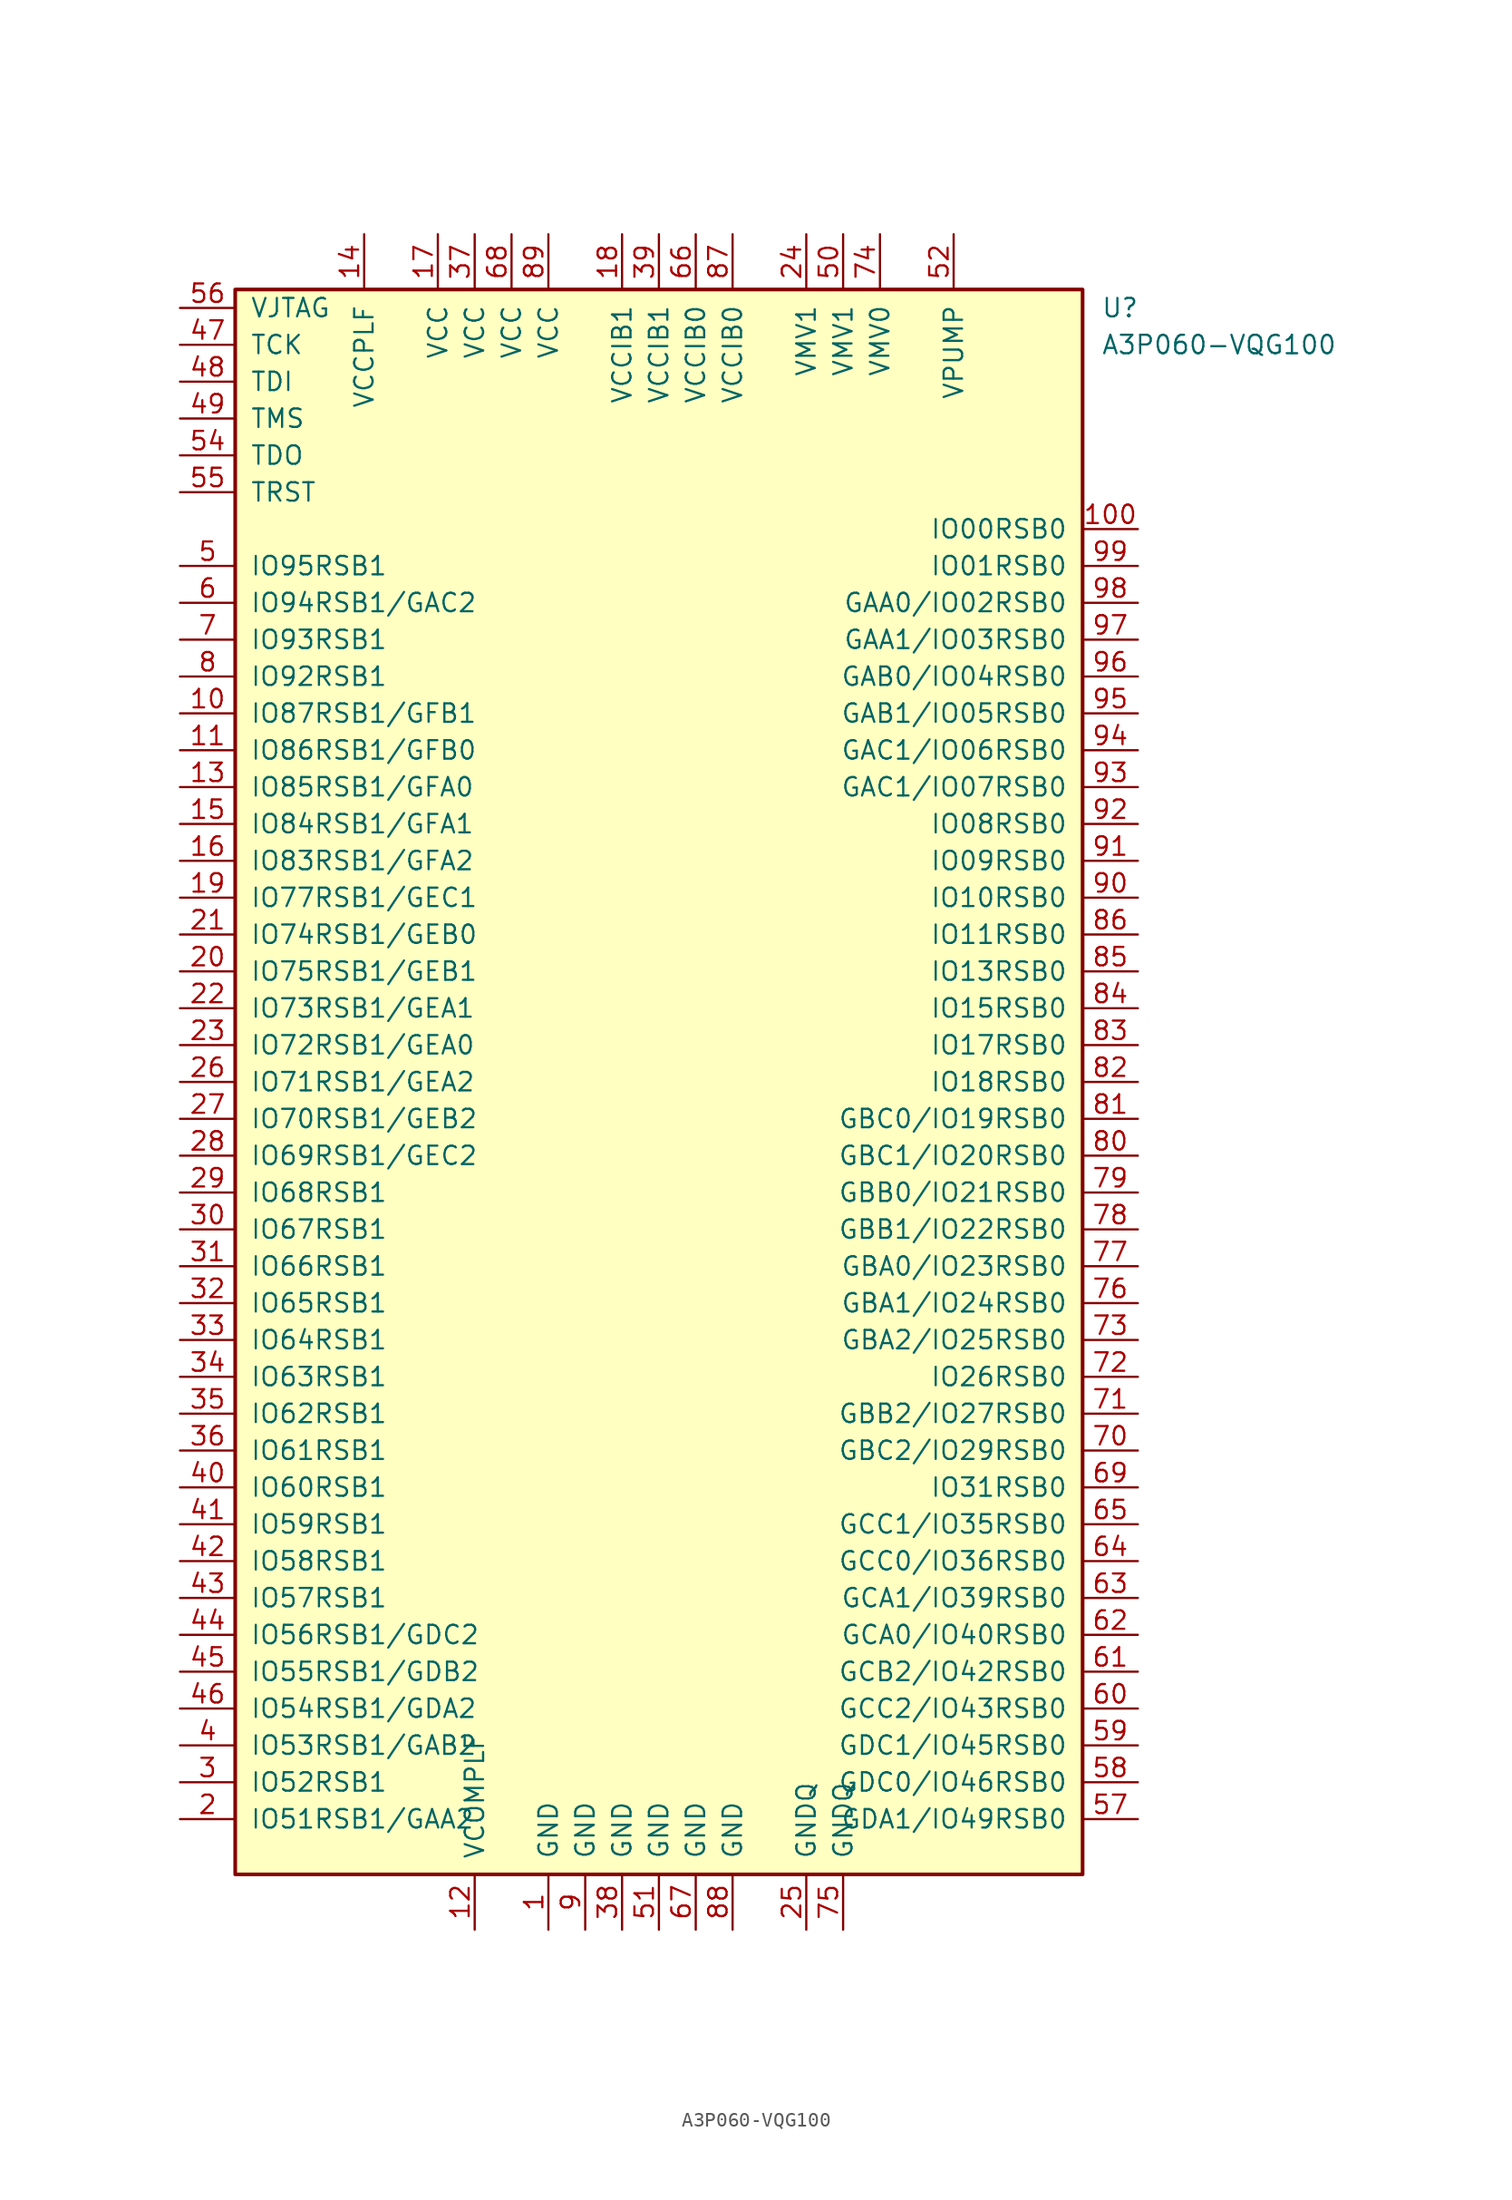
<source format=kicad_sym>
(kicad_symbol_lib
  (version 20201005)
  (generator kicad_symbol_editor)
  (symbol "FPGA_Microsemi:A3P060-VQG100"
    (pin_names
      (offset 1.016))
    (property "Reference" "U"
      (at 30.48 53.34 0)
      (effects (font (size 1.27 1.27)) (justify left)))
    (property "Value" "A3P060-VQG100"
      (at 30.48 50.8 0)
      (effects (font (size 1.27 1.27)) (justify left)))
    (symbol "A3P060-VQG100_0_1"
      (rectangle (start -29.21 54.61) (end 29.21 -54.61) (stroke (width 0.254)) (fill (type background))))
    (symbol "A3P060-VQG100_1_1"
      (pin power_in line (at -7.62 -58.42 90) (length 3.81) (name "GND" (effects (font (size 1.27 1.27)))) (number "1" (effects (font (size 1.27 1.27)))))
      (pin bidirectional line (at -33.02 25.4 0) (length 3.81) (name "IO87RSB1/GFB1" (effects (font (size 1.27 1.27)))) (number "10" (effects (font (size 1.27 1.27)))))
      (pin bidirectional line (at 33.02 38.1 180) (length 3.81) (name "IO00RSB0" (effects (font (size 1.27 1.27)))) (number "100" (effects (font (size 1.27 1.27)))))
      (pin bidirectional line (at -33.02 22.86 0) (length 3.81) (name "IO86RSB1/GFB0" (effects (font (size 1.27 1.27)))) (number "11" (effects (font (size 1.27 1.27)))))
      (pin power_in line (at -12.7 -58.42 90) (length 3.81) (name "VCOMPLF" (effects (font (size 1.27 1.27)))) (number "12" (effects (font (size 1.27 1.27)))))
      (pin bidirectional line (at -33.02 20.32 0) (length 3.81) (name "IO85RSB1/GFA0" (effects (font (size 1.27 1.27)))) (number "13" (effects (font (size 1.27 1.27)))))
      (pin power_in line (at -20.32 58.42 270) (length 3.81) (name "VCCPLF" (effects (font (size 1.27 1.27)))) (number "14" (effects (font (size 1.27 1.27)))))
      (pin bidirectional line (at -33.02 17.78 0) (length 3.81) (name "IO84RSB1/GFA1" (effects (font (size 1.27 1.27)))) (number "15" (effects (font (size 1.27 1.27)))))
      (pin bidirectional line (at -33.02 15.24 0) (length 3.81) (name "IO83RSB1/GFA2" (effects (font (size 1.27 1.27)))) (number "16" (effects (font (size 1.27 1.27)))))
      (pin power_in line (at -15.24 58.42 270) (length 3.81) (name "VCC" (effects (font (size 1.27 1.27)))) (number "17" (effects (font (size 1.27 1.27)))))
      (pin power_in line (at -2.54 58.42 270) (length 3.81) (name "VCCIB1" (effects (font (size 1.27 1.27)))) (number "18" (effects (font (size 1.27 1.27)))))
      (pin bidirectional line (at -33.02 12.7 0) (length 3.81) (name "IO77RSB1/GEC1" (effects (font (size 1.27 1.27)))) (number "19" (effects (font (size 1.27 1.27)))))
      (pin bidirectional line (at -33.02 -50.8 0) (length 3.81) (name "IO51RSB1/GAA2" (effects (font (size 1.27 1.27)))) (number "2" (effects (font (size 1.27 1.27)))))
      (pin bidirectional line (at -33.02 7.62 0) (length 3.81) (name "IO75RSB1/GEB1" (effects (font (size 1.27 1.27)))) (number "20" (effects (font (size 1.27 1.27)))))
      (pin bidirectional line (at -33.02 10.16 0) (length 3.81) (name "IO74RSB1/GEB0" (effects (font (size 1.27 1.27)))) (number "21" (effects (font (size 1.27 1.27)))))
      (pin bidirectional line (at -33.02 5.08 0) (length 3.81) (name "IO73RSB1/GEA1" (effects (font (size 1.27 1.27)))) (number "22" (effects (font (size 1.27 1.27)))))
      (pin bidirectional line (at -33.02 2.54 0) (length 3.81) (name "IO72RSB1/GEA0" (effects (font (size 1.27 1.27)))) (number "23" (effects (font (size 1.27 1.27)))))
      (pin power_in line (at 10.16 58.42 270) (length 3.81) (name "VMV1" (effects (font (size 1.27 1.27)))) (number "24" (effects (font (size 1.27 1.27)))))
      (pin power_in line (at 10.16 -58.42 90) (length 3.81) (name "GNDQ" (effects (font (size 1.27 1.27)))) (number "25" (effects (font (size 1.27 1.27)))))
      (pin bidirectional line (at -33.02 0 0) (length 3.81) (name "IO71RSB1/GEA2" (effects (font (size 1.27 1.27)))) (number "26" (effects (font (size 1.27 1.27)))))
      (pin bidirectional line (at -33.02 -2.54 0) (length 3.81) (name "IO70RSB1/GEB2" (effects (font (size 1.27 1.27)))) (number "27" (effects (font (size 1.27 1.27)))))
      (pin bidirectional line (at -33.02 -5.08 0) (length 3.81) (name "IO69RSB1/GEC2" (effects (font (size 1.27 1.27)))) (number "28" (effects (font (size 1.27 1.27)))))
      (pin bidirectional line (at -33.02 -7.62 0) (length 3.81) (name "IO68RSB1" (effects (font (size 1.27 1.27)))) (number "29" (effects (font (size 1.27 1.27)))))
      (pin bidirectional line (at -33.02 -48.26 0) (length 3.81) (name "IO52RSB1" (effects (font (size 1.27 1.27)))) (number "3" (effects (font (size 1.27 1.27)))))
      (pin bidirectional line (at -33.02 -10.16 0) (length 3.81) (name "IO67RSB1" (effects (font (size 1.27 1.27)))) (number "30" (effects (font (size 1.27 1.27)))))
      (pin bidirectional line (at -33.02 -12.7 0) (length 3.81) (name "IO66RSB1" (effects (font (size 1.27 1.27)))) (number "31" (effects (font (size 1.27 1.27)))))
      (pin bidirectional line (at -33.02 -15.24 0) (length 3.81) (name "IO65RSB1" (effects (font (size 1.27 1.27)))) (number "32" (effects (font (size 1.27 1.27)))))
      (pin bidirectional line (at -33.02 -17.78 0) (length 3.81) (name "IO64RSB1" (effects (font (size 1.27 1.27)))) (number "33" (effects (font (size 1.27 1.27)))))
      (pin bidirectional line (at -33.02 -20.32 0) (length 3.81) (name "IO63RSB1" (effects (font (size 1.27 1.27)))) (number "34" (effects (font (size 1.27 1.27)))))
      (pin bidirectional line (at -33.02 -22.86 0) (length 3.81) (name "IO62RSB1" (effects (font (size 1.27 1.27)))) (number "35" (effects (font (size 1.27 1.27)))))
      (pin bidirectional line (at -33.02 -25.4 0) (length 3.81) (name "IO61RSB1" (effects (font (size 1.27 1.27)))) (number "36" (effects (font (size 1.27 1.27)))))
      (pin power_in line (at -12.7 58.42 270) (length 3.81) (name "VCC" (effects (font (size 1.27 1.27)))) (number "37" (effects (font (size 1.27 1.27)))))
      (pin power_in line (at -2.54 -58.42 90) (length 3.81) (name "GND" (effects (font (size 1.27 1.27)))) (number "38" (effects (font (size 1.27 1.27)))))
      (pin power_in line (at 0 58.42 270) (length 3.81) (name "VCCIB1" (effects (font (size 1.27 1.27)))) (number "39" (effects (font (size 1.27 1.27)))))
      (pin bidirectional line (at -33.02 -45.72 0) (length 3.81) (name "IO53RSB1/GAB2" (effects (font (size 1.27 1.27)))) (number "4" (effects (font (size 1.27 1.27)))))
      (pin bidirectional line (at -33.02 -27.94 0) (length 3.81) (name "IO60RSB1" (effects (font (size 1.27 1.27)))) (number "40" (effects (font (size 1.27 1.27)))))
      (pin bidirectional line (at -33.02 -30.48 0) (length 3.81) (name "IO59RSB1" (effects (font (size 1.27 1.27)))) (number "41" (effects (font (size 1.27 1.27)))))
      (pin bidirectional line (at -33.02 -33.02 0) (length 3.81) (name "IO58RSB1" (effects (font (size 1.27 1.27)))) (number "42" (effects (font (size 1.27 1.27)))))
      (pin bidirectional line (at -33.02 -35.56 0) (length 3.81) (name "IO57RSB1" (effects (font (size 1.27 1.27)))) (number "43" (effects (font (size 1.27 1.27)))))
      (pin bidirectional line (at -33.02 -38.1 0) (length 3.81) (name "IO56RSB1/GDC2" (effects (font (size 1.27 1.27)))) (number "44" (effects (font (size 1.27 1.27)))))
      (pin bidirectional line (at -33.02 -40.64 0) (length 3.81) (name "IO55RSB1/GDB2" (effects (font (size 1.27 1.27)))) (number "45" (effects (font (size 1.27 1.27)))))
      (pin bidirectional line (at -33.02 -43.18 0) (length 3.81) (name "IO54RSB1/GDA2" (effects (font (size 1.27 1.27)))) (number "46" (effects (font (size 1.27 1.27)))))
      (pin bidirectional line (at -33.02 50.8 0) (length 3.81) (name "TCK" (effects (font (size 1.27 1.27)))) (number "47" (effects (font (size 1.27 1.27)))))
      (pin bidirectional line (at -33.02 48.26 0) (length 3.81) (name "TDI" (effects (font (size 1.27 1.27)))) (number "48" (effects (font (size 1.27 1.27)))))
      (pin bidirectional line (at -33.02 45.72 0) (length 3.81) (name "TMS" (effects (font (size 1.27 1.27)))) (number "49" (effects (font (size 1.27 1.27)))))
      (pin bidirectional line (at -33.02 35.56 0) (length 3.81) (name "IO95RSB1" (effects (font (size 1.27 1.27)))) (number "5" (effects (font (size 1.27 1.27)))))
      (pin power_in line (at 12.7 58.42 270) (length 3.81) (name "VMV1" (effects (font (size 1.27 1.27)))) (number "50" (effects (font (size 1.27 1.27)))))
      (pin power_in line (at 0 -58.42 90) (length 3.81) (name "GND" (effects (font (size 1.27 1.27)))) (number "51" (effects (font (size 1.27 1.27)))))
      (pin power_in line (at 20.32 58.42 270) (length 3.81) (name "VPUMP" (effects (font (size 1.27 1.27)))) (number "52" (effects (font (size 1.27 1.27)))))
      (pin bidirectional line (at -33.02 43.18 0) (length 3.81) (name "TDO" (effects (font (size 1.27 1.27)))) (number "54" (effects (font (size 1.27 1.27)))))
      (pin bidirectional line (at -33.02 40.64 0) (length 3.81) (name "TRST" (effects (font (size 1.27 1.27)))) (number "55" (effects (font (size 1.27 1.27)))))
      (pin bidirectional line (at -33.02 53.34 0) (length 3.81) (name "VJTAG" (effects (font (size 1.27 1.27)))) (number "56" (effects (font (size 1.27 1.27)))))
      (pin bidirectional line (at 33.02 -50.8 180) (length 3.81) (name "GDA1/IO49RSB0" (effects (font (size 1.27 1.27)))) (number "57" (effects (font (size 1.27 1.27)))))
      (pin bidirectional line (at 33.02 -48.26 180) (length 3.81) (name "GDC0/IO46RSB0" (effects (font (size 1.27 1.27)))) (number "58" (effects (font (size 1.27 1.27)))))
      (pin bidirectional line (at 33.02 -45.72 180) (length 3.81) (name "GDC1/IO45RSB0" (effects (font (size 1.27 1.27)))) (number "59" (effects (font (size 1.27 1.27)))))
      (pin bidirectional line (at -33.02 33.02 0) (length 3.81) (name "IO94RSB1/GAC2" (effects (font (size 1.27 1.27)))) (number "6" (effects (font (size 1.27 1.27)))))
      (pin bidirectional line (at 33.02 -43.18 180) (length 3.81) (name "GCC2/IO43RSB0" (effects (font (size 1.27 1.27)))) (number "60" (effects (font (size 1.27 1.27)))))
      (pin bidirectional line (at 33.02 -40.64 180) (length 3.81) (name "GCB2/IO42RSB0" (effects (font (size 1.27 1.27)))) (number "61" (effects (font (size 1.27 1.27)))))
      (pin bidirectional line (at 33.02 -38.1 180) (length 3.81) (name "GCA0/IO40RSB0" (effects (font (size 1.27 1.27)))) (number "62" (effects (font (size 1.27 1.27)))))
      (pin bidirectional line (at 33.02 -35.56 180) (length 3.81) (name "GCA1/IO39RSB0" (effects (font (size 1.27 1.27)))) (number "63" (effects (font (size 1.27 1.27)))))
      (pin bidirectional line (at 33.02 -33.02 180) (length 3.81) (name "GCC0/IO36RSB0" (effects (font (size 1.27 1.27)))) (number "64" (effects (font (size 1.27 1.27)))))
      (pin bidirectional line (at 33.02 -30.48 180) (length 3.81) (name "GCC1/IO35RSB0" (effects (font (size 1.27 1.27)))) (number "65" (effects (font (size 1.27 1.27)))))
      (pin power_in line (at 2.54 58.42 270) (length 3.81) (name "VCCIB0" (effects (font (size 1.27 1.27)))) (number "66" (effects (font (size 1.27 1.27)))))
      (pin power_in line (at 2.54 -58.42 90) (length 3.81) (name "GND" (effects (font (size 1.27 1.27)))) (number "67" (effects (font (size 1.27 1.27)))))
      (pin power_in line (at -10.16 58.42 270) (length 3.81) (name "VCC" (effects (font (size 1.27 1.27)))) (number "68" (effects (font (size 1.27 1.27)))))
      (pin bidirectional line (at 33.02 -27.94 180) (length 3.81) (name "IO31RSB0" (effects (font (size 1.27 1.27)))) (number "69" (effects (font (size 1.27 1.27)))))
      (pin input line (at -33.02 30.48 0) (length 3.81) (name "IO93RSB1" (effects (font (size 1.27 1.27)))) (number "7" (effects (font (size 1.27 1.27)))))
      (pin bidirectional line (at 33.02 -25.4 180) (length 3.81) (name "GBC2/IO29RSB0" (effects (font (size 1.27 1.27)))) (number "70" (effects (font (size 1.27 1.27)))))
      (pin bidirectional line (at 33.02 -22.86 180) (length 3.81) (name "GBB2/IO27RSB0" (effects (font (size 1.27 1.27)))) (number "71" (effects (font (size 1.27 1.27)))))
      (pin bidirectional line (at 33.02 -20.32 180) (length 3.81) (name "IO26RSB0" (effects (font (size 1.27 1.27)))) (number "72" (effects (font (size 1.27 1.27)))))
      (pin bidirectional line (at 33.02 -17.78 180) (length 3.81) (name "GBA2/IO25RSB0" (effects (font (size 1.27 1.27)))) (number "73" (effects (font (size 1.27 1.27)))))
      (pin power_in line (at 15.24 58.42 270) (length 3.81) (name "VMV0" (effects (font (size 1.27 1.27)))) (number "74" (effects (font (size 1.27 1.27)))))
      (pin power_in line (at 12.7 -58.42 90) (length 3.81) (name "GNDQ" (effects (font (size 1.27 1.27)))) (number "75" (effects (font (size 1.27 1.27)))))
      (pin bidirectional line (at 33.02 -15.24 180) (length 3.81) (name "GBA1/IO24RSB0" (effects (font (size 1.27 1.27)))) (number "76" (effects (font (size 1.27 1.27)))))
      (pin bidirectional line (at 33.02 -12.7 180) (length 3.81) (name "GBA0/IO23RSB0" (effects (font (size 1.27 1.27)))) (number "77" (effects (font (size 1.27 1.27)))))
      (pin bidirectional line (at 33.02 -10.16 180) (length 3.81) (name "GBB1/IO22RSB0" (effects (font (size 1.27 1.27)))) (number "78" (effects (font (size 1.27 1.27)))))
      (pin bidirectional line (at 33.02 -7.62 180) (length 3.81) (name "GBB0/IO21RSB0" (effects (font (size 1.27 1.27)))) (number "79" (effects (font (size 1.27 1.27)))))
      (pin bidirectional line (at -33.02 27.94 0) (length 3.81) (name "IO92RSB1" (effects (font (size 1.27 1.27)))) (number "8" (effects (font (size 1.27 1.27)))))
      (pin bidirectional line (at 33.02 -5.08 180) (length 3.81) (name "GBC1/IO20RSB0" (effects (font (size 1.27 1.27)))) (number "80" (effects (font (size 1.27 1.27)))))
      (pin bidirectional line (at 33.02 -2.54 180) (length 3.81) (name "GBC0/IO19RSB0" (effects (font (size 1.27 1.27)))) (number "81" (effects (font (size 1.27 1.27)))))
      (pin bidirectional line (at 33.02 0 180) (length 3.81) (name "IO18RSB0" (effects (font (size 1.27 1.27)))) (number "82" (effects (font (size 1.27 1.27)))))
      (pin bidirectional line (at 33.02 2.54 180) (length 3.81) (name "IO17RSB0" (effects (font (size 1.27 1.27)))) (number "83" (effects (font (size 1.27 1.27)))))
      (pin bidirectional line (at 33.02 5.08 180) (length 3.81) (name "IO15RSB0" (effects (font (size 1.27 1.27)))) (number "84" (effects (font (size 1.27 1.27)))))
      (pin bidirectional line (at 33.02 7.62 180) (length 3.81) (name "IO13RSB0" (effects (font (size 1.27 1.27)))) (number "85" (effects (font (size 1.27 1.27)))))
      (pin bidirectional line (at 33.02 10.16 180) (length 3.81) (name "IO11RSB0" (effects (font (size 1.27 1.27)))) (number "86" (effects (font (size 1.27 1.27)))))
      (pin power_in line (at 5.08 58.42 270) (length 3.81) (name "VCCIB0" (effects (font (size 1.27 1.27)))) (number "87" (effects (font (size 1.27 1.27)))))
      (pin power_in line (at 5.08 -58.42 90) (length 3.81) (name "GND" (effects (font (size 1.27 1.27)))) (number "88" (effects (font (size 1.27 1.27)))))
      (pin power_in line (at -7.62 58.42 270) (length 3.81) (name "VCC" (effects (font (size 1.27 1.27)))) (number "89" (effects (font (size 1.27 1.27)))))
      (pin power_in line (at -5.08 -58.42 90) (length 3.81) (name "GND" (effects (font (size 1.27 1.27)))) (number "9" (effects (font (size 1.27 1.27)))))
      (pin input line (at 33.02 12.7 180) (length 3.81) (name "IO10RSB0" (effects (font (size 1.27 1.27)))) (number "90" (effects (font (size 1.27 1.27)))))
      (pin bidirectional line (at 33.02 15.24 180) (length 3.81) (name "IO09RSB0" (effects (font (size 1.27 1.27)))) (number "91" (effects (font (size 1.27 1.27)))))
      (pin bidirectional line (at 33.02 17.78 180) (length 3.81) (name "IO08RSB0" (effects (font (size 1.27 1.27)))) (number "92" (effects (font (size 1.27 1.27)))))
      (pin bidirectional line (at 33.02 20.32 180) (length 3.81) (name "GAC1/IO07RSB0" (effects (font (size 1.27 1.27)))) (number "93" (effects (font (size 1.27 1.27)))))
      (pin bidirectional line (at 33.02 22.86 180) (length 3.81) (name "GAC1/IO06RSB0" (effects (font (size 1.27 1.27)))) (number "94" (effects (font (size 1.27 1.27)))))
      (pin bidirectional line (at 33.02 25.4 180) (length 3.81) (name "GAB1/IO05RSB0" (effects (font (size 1.27 1.27)))) (number "95" (effects (font (size 1.27 1.27)))))
      (pin bidirectional line (at 33.02 27.94 180) (length 3.81) (name "GAB0/IO04RSB0" (effects (font (size 1.27 1.27)))) (number "96" (effects (font (size 1.27 1.27)))))
      (pin bidirectional line (at 33.02 30.48 180) (length 3.81) (name "GAA1/IO03RSB0" (effects (font (size 1.27 1.27)))) (number "97" (effects (font (size 1.27 1.27)))))
      (pin bidirectional line (at 33.02 33.02 180) (length 3.81) (name "GAA0/IO02RSB0" (effects (font (size 1.27 1.27)))) (number "98" (effects (font (size 1.27 1.27)))))
      (pin bidirectional line (at 33.02 35.56 180) (length 3.81) (name "IO01RSB0" (effects (font (size 1.27 1.27)))) (number "99" (effects (font (size 1.27 1.27))))))))
</source>
